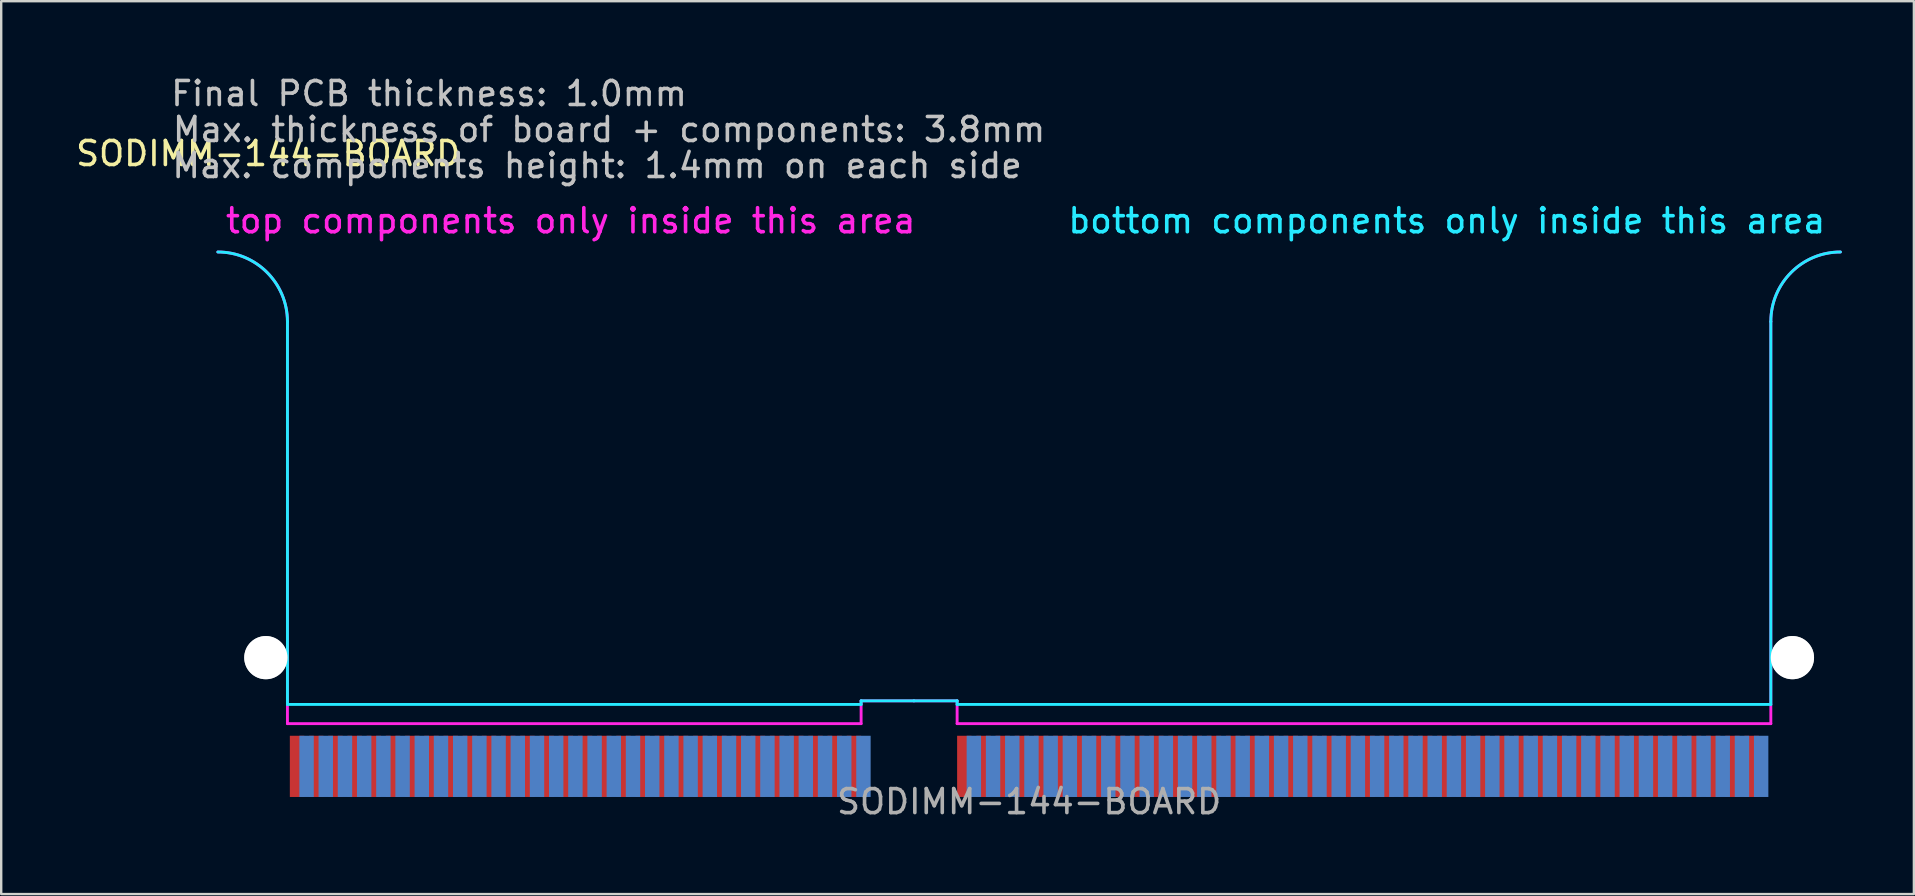
<source format=kicad_pcb>
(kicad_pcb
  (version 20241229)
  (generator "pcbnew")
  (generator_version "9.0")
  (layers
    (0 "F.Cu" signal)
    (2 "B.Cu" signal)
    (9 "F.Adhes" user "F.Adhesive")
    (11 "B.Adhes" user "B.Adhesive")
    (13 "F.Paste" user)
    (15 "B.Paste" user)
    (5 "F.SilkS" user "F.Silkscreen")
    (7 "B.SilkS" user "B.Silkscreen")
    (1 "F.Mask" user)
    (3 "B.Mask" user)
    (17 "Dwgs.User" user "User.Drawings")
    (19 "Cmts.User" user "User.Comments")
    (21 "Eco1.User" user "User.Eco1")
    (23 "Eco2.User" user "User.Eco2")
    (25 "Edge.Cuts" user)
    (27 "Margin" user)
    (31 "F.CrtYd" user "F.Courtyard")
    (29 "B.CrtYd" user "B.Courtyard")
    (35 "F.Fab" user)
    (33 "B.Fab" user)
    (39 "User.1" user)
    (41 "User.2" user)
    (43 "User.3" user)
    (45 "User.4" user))
  (footprint "SODIMM-144-BOARD"
    (layer "F.Cu")
    (at 39.825 30.348)
    (property "Reference" "SODIMM-144-BOARD" (at -31.7 -27 0) (layer "F.SilkS") (effects (font (size 1 1) (thickness 0.15))))
    (attr exclude_from_pos_files exclude_from_bom)
    (fp_line (start -33.8 -25.4) (end -33.8 -22) (stroke (width 0.12) (type solid)) (layer "Eco2.User"))
    (fp_line (start -33.8 -25.4) (end 33.8 -25.4) (stroke (width 0.12) (type solid)) (layer "Eco2.User"))
    (fp_line (start -33.8 -18) (end -33.8 -12) (stroke (width 0.12) (type solid)) (layer "Eco2.User"))
    (fp_line (start -33.8 -8) (end -33.8 0) (stroke (width 0.12) (type solid)) (layer "Eco2.User"))
    (fp_line (start -5.55 -3.25) (end -5.55 0) (stroke (width 0.12) (type solid)) (layer "Eco2.User"))
    (fp_line (start -5.55 0) (end -33.8 0) (stroke (width 0.12) (type solid)) (layer "Eco2.User"))
    (fp_line (start -4.05 -3.25) (end -4.05 0) (stroke (width 0.12) (type solid)) (layer "Eco2.User"))
    (fp_line (start -4.05 0) (end 33.8 0) (stroke (width 0.12) (type solid)) (layer "Eco2.User"))
    (fp_line (start 33.8 -22) (end 33.8 -25.4) (stroke (width 0.12) (type solid)) (layer "Eco2.User"))
    (fp_line (start 33.8 -18) (end 33.8 -12) (stroke (width 0.12) (type solid)) (layer "Eco2.User"))
    (fp_line (start 33.8 -8) (end 33.8 0) (stroke (width 0.12) (type solid)) (layer "Eco2.User"))
    (fp_arc (start -33.8 -22) (mid -31.8 -20) (end -33.8 -18) (stroke (width 0.12) (type solid)) (layer "Eco2.User"))
    (fp_arc (start -33.8 -12) (mid -31.8 -10) (end -33.8 -8) (stroke (width 0.12) (type solid)) (layer "Eco2.User"))
    (fp_arc (start -5.55 -3.25) (mid -4.8 -4) (end -4.05 -3.25) (stroke (width 0.12) (type solid)) (layer "Eco2.User"))
    (fp_arc (start 33.8 -18) (mid 31.8 -20) (end 33.8 -22) (stroke (width 0.12) (type solid)) (layer "Eco2.User"))
    (fp_arc (start 33.8 -8) (mid 31.8 -10) (end 33.8 -12) (stroke (width 0.12) (type solid)) (layer "Eco2.User"))
    (fp_line (start -30.9 -4.05) (end -30.9 -20) (stroke (width 0.12) (type solid)) (layer "B.CrtYd"))
    (fp_line (start -7 -4.2) (end -7 -4.05) (stroke (width 0.12) (type solid)) (layer "B.CrtYd"))
    (fp_line (start -7 -4.05) (end -30.9 -4.05) (stroke (width 0.12) (type solid)) (layer "B.CrtYd"))
    (fp_line (start -4.8 -4.2) (end -7 -4.2) (stroke (width 0.12) (type solid)) (layer "B.CrtYd"))
    (fp_line (start -4.8 -4.2) (end -3 -4.2) (stroke (width 0.12) (type solid)) (layer "B.CrtYd"))
    (fp_line (start -3 -4.2) (end -3 -4.05) (stroke (width 0.12) (type solid)) (layer "B.CrtYd"))
    (fp_line (start 30.9 -20) (end 30.9 -4.05) (stroke (width 0.12) (type solid)) (layer "B.CrtYd"))
    (fp_line (start 30.9 -4.05) (end -3 -4.05) (stroke (width 0.12) (type solid)) (layer "B.CrtYd"))
    (fp_arc (start -33.8 -22.9) (mid -31.74939 -22.05061) (end -30.9 -20) (stroke (width 0.12) (type solid)) (layer "B.CrtYd"))
    (fp_arc (start 30.9 -20) (mid 31.74939 -22.05061) (end 33.8 -22.9) (stroke (width 0.12) (type solid)) (layer "B.CrtYd"))
    (fp_line (start -30.9 -3.25) (end -30.9 -20) (stroke (width 0.12) (type solid)) (layer "F.CrtYd"))
    (fp_line (start -7 -4.2) (end -7 -3.25) (stroke (width 0.12) (type solid)) (layer "F.CrtYd"))
    (fp_line (start -7 -3.25) (end -30.9 -3.25) (stroke (width 0.12) (type solid)) (layer "F.CrtYd"))
    (fp_line (start -4.8 -4.2) (end -7 -4.2) (stroke (width 0.12) (type solid)) (layer "F.CrtYd"))
    (fp_line (start -4.8 -4.2) (end -3 -4.2) (stroke (width 0.12) (type solid)) (layer "F.CrtYd"))
    (fp_line (start -3 -4.2) (end -3 -3.25) (stroke (width 0.12) (type solid)) (layer "F.CrtYd"))
    (fp_line (start 30.9 -20) (end 30.9 -3.25) (stroke (width 0.12) (type solid)) (layer "F.CrtYd"))
    (fp_line (start 30.9 -3.25) (end -3 -3.25) (stroke (width 0.12) (type solid)) (layer "F.CrtYd"))
    (fp_arc (start -33.8 -22.9) (mid -31.74939 -22.05061) (end -30.9 -20) (stroke (width 0.12) (type solid)) (layer "F.CrtYd"))
    (fp_arc (start 30.9 -20) (mid 31.74939 -22.05061) (end 33.8 -22.9) (stroke (width 0.12) (type solid)) (layer "F.CrtYd"))
    (fp_text user "Max. components height: 1.4mm on each side" (at -18 -26.5 0) (layer "Dwgs.User") (effects (font (size 1 1) (thickness 0.15))))
    (fp_text user "Max. thickness of board + components: 3.8mm" (at -17.5 -28 0) (layer "Dwgs.User") (effects (font (size 1 1) (thickness 0.15))))
    (fp_text user "Final PCB thickness: 1.0mm" (at -25 -29.5 0) (layer "Dwgs.User") (effects (font (size 1 1) (thickness 0.15))))
    (fp_text user "bottom components only inside this area" (at 17.4 -24.2 0) (layer "B.CrtYd") (effects (font (size 1 1) (thickness 0.15))))
    (fp_text user "top components only inside this area" (at -19.1 -24.2 0) (layer "F.CrtYd") (effects (font (size 1 1) (thickness 0.15))))
    (fp_text user "${REFERENCE}" (at 0 0 0) (layer "F.Fab") (effects (font (size 1 1) (thickness 0.15))))
    (pad "" np_thru_hole circle (at -31.8 -6) (size 1.8 1.8) (drill 1.8) (layers "*.Cu" "*.Mask" "Dwgs.User"))
    (pad "" np_thru_hole circle (at 31.8 -6) (size 1.8 1.8) (drill 1.8) (layers "*.Cu" "*.Mask" "Dwgs.User"))
    (pad "1" connect rect (at -30.5 -1.47) (size 0.6 2.55) (layers "F.Cu" "F.Mask"))
    (pad "2" connect rect (at -30.103 -1.47) (size 0.6 2.55) (layers "B.Cu" "B.Mask"))
    (pad "3" connect rect (at -29.7 -1.47) (size 0.6 2.55) (layers "F.Cu" "F.Mask"))
    (pad "4" connect rect (at -29.303 -1.47) (size 0.6 2.55) (layers "B.Cu" "B.Mask"))
    (pad "5" connect rect (at -28.9 -1.47) (size 0.6 2.55) (layers "F.Cu" "F.Mask"))
    (pad "6" connect rect (at -28.503 -1.47) (size 0.6 2.55) (layers "B.Cu" "B.Mask"))
    (pad "7" connect rect (at -28.1 -1.47) (size 0.6 2.55) (layers "F.Cu" "F.Mask"))
    (pad "8" connect rect (at -27.703 -1.47) (size 0.6 2.55) (layers "B.Cu" "B.Mask"))
    (pad "9" connect rect (at -27.3 -1.47) (size 0.6 2.55) (layers "F.Cu" "F.Mask"))
    (pad "10" connect rect (at -26.903 -1.47) (size 0.6 2.55) (layers "B.Cu" "B.Mask"))
    (pad "11" connect rect (at -26.5 -1.47) (size 0.6 2.55) (layers "F.Cu" "F.Mask"))
    (pad "12" connect rect (at -26.103 -1.47) (size 0.6 2.55) (layers "B.Cu" "B.Mask"))
    (pad "13" connect rect (at -25.7 -1.47) (size 0.6 2.55) (layers "F.Cu" "F.Mask"))
    (pad "14" connect rect (at -25.303 -1.47) (size 0.6 2.55) (layers "B.Cu" "B.Mask"))
    (pad "15" connect rect (at -24.9 -1.47) (size 0.6 2.55) (layers "F.Cu" "F.Mask"))
    (pad "16" connect rect (at -24.503 -1.47) (size 0.6 2.55) (layers "B.Cu" "B.Mask"))
    (pad "17" connect rect (at -24.1 -1.47) (size 0.6 2.55) (layers "F.Cu" "F.Mask"))
    (pad "18" connect rect (at -23.703 -1.47) (size 0.6 2.55) (layers "B.Cu" "B.Mask"))
    (pad "19" connect rect (at -23.3 -1.47) (size 0.6 2.55) (layers "F.Cu" "F.Mask"))
    (pad "20" connect rect (at -22.903 -1.47) (size 0.6 2.55) (layers "B.Cu" "B.Mask"))
    (pad "21" connect rect (at -22.5 -1.47) (size 0.6 2.55) (layers "F.Cu" "F.Mask"))
    (pad "22" connect rect (at -22.103 -1.47) (size 0.6 2.55) (layers "B.Cu" "B.Mask"))
    (pad "23" connect rect (at -21.7 -1.47) (size 0.6 2.55) (layers "F.Cu" "F.Mask"))
    (pad "24" connect rect (at -21.303 -1.47) (size 0.6 2.55) (layers "B.Cu" "B.Mask"))
    (pad "25" connect rect (at -20.9 -1.47) (size 0.6 2.55) (layers "F.Cu" "F.Mask"))
    (pad "26" connect rect (at -20.503 -1.47) (size 0.6 2.55) (layers "B.Cu" "B.Mask"))
    (pad "27" connect rect (at -20.1 -1.47) (size 0.6 2.55) (layers "F.Cu" "F.Mask"))
    (pad "28" connect rect (at -19.703 -1.47) (size 0.6 2.55) (layers "B.Cu" "B.Mask"))
    (pad "29" connect rect (at -19.3 -1.47) (size 0.6 2.55) (layers "F.Cu" "F.Mask"))
    (pad "30" connect rect (at -18.903 -1.47) (size 0.6 2.55) (layers "B.Cu" "B.Mask"))
    (pad "31" connect rect (at -18.5 -1.47) (size 0.6 2.55) (layers "F.Cu" "F.Mask"))
    (pad "32" connect rect (at -18.103 -1.47) (size 0.6 2.55) (layers "B.Cu" "B.Mask"))
    (pad "33" connect rect (at -17.7 -1.47) (size 0.6 2.55) (layers "F.Cu" "F.Mask"))
    (pad "34" connect rect (at -17.303 -1.47) (size 0.6 2.55) (layers "B.Cu" "B.Mask"))
    (pad "35" connect rect (at -16.9 -1.47) (size 0.6 2.55) (layers "F.Cu" "F.Mask"))
    (pad "36" connect rect (at -16.503 -1.47) (size 0.6 2.55) (layers "B.Cu" "B.Mask"))
    (pad "37" connect rect (at -16.1 -1.47) (size 0.6 2.55) (layers "F.Cu" "F.Mask"))
    (pad "38" connect rect (at -15.703 -1.47) (size 0.6 2.55) (layers "B.Cu" "B.Mask"))
    (pad "39" connect rect (at -15.3 -1.47) (size 0.6 2.55) (layers "F.Cu" "F.Mask"))
    (pad "40" connect rect (at -14.903 -1.47) (size 0.6 2.55) (layers "B.Cu" "B.Mask"))
    (pad "41" connect rect (at -14.5 -1.47) (size 0.6 2.55) (layers "F.Cu" "F.Mask"))
    (pad "42" connect rect (at -14.103 -1.47) (size 0.6 2.55) (layers "B.Cu" "B.Mask"))
    (pad "43" connect rect (at -13.7 -1.47) (size 0.6 2.55) (layers "F.Cu" "F.Mask"))
    (pad "44" connect rect (at -13.303 -1.47) (size 0.6 2.55) (layers "B.Cu" "B.Mask"))
    (pad "45" connect rect (at -12.9 -1.47) (size 0.6 2.55) (layers "F.Cu" "F.Mask"))
    (pad "46" connect rect (at -12.503 -1.47) (size 0.6 2.55) (layers "B.Cu" "B.Mask"))
    (pad "47" connect rect (at -12.1 -1.47) (size 0.6 2.55) (layers "F.Cu" "F.Mask"))
    (pad "48" connect rect (at -11.703 -1.47) (size 0.6 2.55) (layers "B.Cu" "B.Mask"))
    (pad "49" connect rect (at -11.3 -1.47) (size 0.6 2.55) (layers "F.Cu" "F.Mask"))
    (pad "50" connect rect (at -10.903 -1.47) (size 0.6 2.55) (layers "B.Cu" "B.Mask"))
    (pad "51" connect rect (at -10.5 -1.47) (size 0.6 2.55) (layers "F.Cu" "F.Mask"))
    (pad "52" connect rect (at -10.103 -1.47) (size 0.6 2.55) (layers "B.Cu" "B.Mask"))
    (pad "53" connect rect (at -9.7 -1.47) (size 0.6 2.55) (layers "F.Cu" "F.Mask"))
    (pad "54" connect rect (at -9.303 -1.47) (size 0.6 2.55) (layers "B.Cu" "B.Mask"))
    (pad "55" connect rect (at -8.9 -1.47) (size 0.6 2.55) (layers "F.Cu" "F.Mask"))
    (pad "56" connect rect (at -8.503 -1.47) (size 0.6 2.55) (layers "B.Cu" "B.Mask"))
    (pad "57" connect rect (at -8.1 -1.47) (size 0.6 2.55) (layers "F.Cu" "F.Mask"))
    (pad "58" connect rect (at -7.703 -1.47) (size 0.6 2.55) (layers "B.Cu" "B.Mask"))
    (pad "59" connect rect (at -7.3 -1.47) (size 0.6 2.55) (layers "F.Cu" "F.Mask"))
    (pad "60" connect rect (at -6.903 -1.47) (size 0.6 2.55) (layers "B.Cu" "B.Mask"))
    (pad "61" connect rect (at -2.7 -1.47) (size 0.6 2.55) (layers "F.Cu" "F.Mask"))
    (pad "62" connect rect (at -2.303 -1.47) (size 0.6 2.55) (layers "B.Cu" "B.Mask"))
    (pad "63" connect rect (at -1.9 -1.47) (size 0.6 2.55) (layers "F.Cu" "F.Mask"))
    (pad "64" connect rect (at -1.503 -1.47) (size 0.6 2.55) (layers "B.Cu" "B.Mask"))
    (pad "65" connect rect (at -1.1 -1.47) (size 0.6 2.55) (layers "F.Cu" "F.Mask"))
    (pad "66" connect rect (at -0.703 -1.47) (size 0.6 2.55) (layers "B.Cu" "B.Mask"))
    (pad "67" connect rect (at -0.3 -1.47) (size 0.6 2.55) (layers "F.Cu" "F.Mask"))
    (pad "68" connect rect (at 0.097 -1.47) (size 0.6 2.55) (layers "B.Cu" "B.Mask"))
    (pad "69" connect rect (at 0.5 -1.47) (size 0.6 2.55) (layers "F.Cu" "F.Mask"))
    (pad "70" connect rect (at 0.897 -1.47) (size 0.6 2.55) (layers "B.Cu" "B.Mask"))
    (pad "71" connect rect (at 1.3 -1.47) (size 0.6 2.55) (layers "F.Cu" "F.Mask"))
    (pad "72" connect rect (at 1.697 -1.47) (size 0.6 2.55) (layers "B.Cu" "B.Mask"))
    (pad "73" connect rect (at 2.1 -1.47) (size 0.6 2.55) (layers "F.Cu" "F.Mask"))
    (pad "74" connect rect (at 2.497 -1.47) (size 0.6 2.55) (layers "B.Cu" "B.Mask"))
    (pad "75" connect rect (at 2.9 -1.47) (size 0.6 2.55) (layers "F.Cu" "F.Mask"))
    (pad "76" connect rect (at 3.297 -1.47) (size 0.6 2.55) (layers "B.Cu" "B.Mask"))
    (pad "77" connect rect (at 3.7 -1.47) (size 0.6 2.55) (layers "F.Cu" "F.Mask"))
    (pad "78" connect rect (at 4.097 -1.47) (size 0.6 2.55) (layers "B.Cu" "B.Mask"))
    (pad "79" connect rect (at 4.5 -1.47) (size 0.6 2.55) (layers "F.Cu" "F.Mask"))
    (pad "80" connect rect (at 4.897 -1.47) (size 0.6 2.55) (layers "B.Cu" "B.Mask"))
    (pad "81" connect rect (at 5.3 -1.47) (size 0.6 2.55) (layers "F.Cu" "F.Mask"))
    (pad "82" connect rect (at 5.697 -1.47) (size 0.6 2.55) (layers "B.Cu" "B.Mask"))
    (pad "83" connect rect (at 6.1 -1.47) (size 0.6 2.55) (layers "F.Cu" "F.Mask"))
    (pad "84" connect rect (at 6.497 -1.47) (size 0.6 2.55) (layers "B.Cu" "B.Mask"))
    (pad "85" connect rect (at 6.9 -1.47) (size 0.6 2.55) (layers "F.Cu" "F.Mask"))
    (pad "86" connect rect (at 7.297 -1.47) (size 0.6 2.55) (layers "B.Cu" "B.Mask"))
    (pad "87" connect rect (at 7.7 -1.47) (size 0.6 2.55) (layers "F.Cu" "F.Mask"))
    (pad "88" connect rect (at 8.097 -1.47) (size 0.6 2.55) (layers "B.Cu" "B.Mask"))
    (pad "89" connect rect (at 8.5 -1.47) (size 0.6 2.55) (layers "F.Cu" "F.Mask"))
    (pad "90" connect rect (at 8.897 -1.47) (size 0.6 2.55) (layers "B.Cu" "B.Mask"))
    (pad "91" connect rect (at 9.3 -1.47) (size 0.6 2.55) (layers "F.Cu" "F.Mask"))
    (pad "92" connect rect (at 9.697 -1.47) (size 0.6 2.55) (layers "B.Cu" "B.Mask"))
    (pad "93" connect rect (at 10.1 -1.47) (size 0.6 2.55) (layers "F.Cu" "F.Mask"))
    (pad "94" connect rect (at 10.497 -1.47) (size 0.6 2.55) (layers "B.Cu" "B.Mask"))
    (pad "95" connect rect (at 10.9 -1.47) (size 0.6 2.55) (layers "F.Cu" "F.Mask"))
    (pad "96" connect rect (at 11.297 -1.47) (size 0.6 2.55) (layers "B.Cu" "B.Mask"))
    (pad "97" connect rect (at 11.7 -1.47) (size 0.6 2.55) (layers "F.Cu" "F.Mask"))
    (pad "98" connect rect (at 12.097 -1.47) (size 0.6 2.55) (layers "B.Cu" "B.Mask"))
    (pad "99" connect rect (at 12.5 -1.47) (size 0.6 2.55) (layers "F.Cu" "F.Mask"))
    (pad "100" connect rect (at 12.897 -1.47) (size 0.6 2.55) (layers "B.Cu" "B.Mask"))
    (pad "101" connect rect (at 13.3 -1.47) (size 0.6 2.55) (layers "F.Cu" "F.Mask"))
    (pad "102" connect rect (at 13.697 -1.47) (size 0.6 2.55) (layers "B.Cu" "B.Mask"))
    (pad "103" connect rect (at 14.1 -1.47) (size 0.6 2.55) (layers "F.Cu" "F.Mask"))
    (pad "104" connect rect (at 14.497 -1.47) (size 0.6 2.55) (layers "B.Cu" "B.Mask"))
    (pad "105" connect rect (at 14.9 -1.47) (size 0.6 2.55) (layers "F.Cu" "F.Mask"))
    (pad "106" connect rect (at 15.297 -1.47) (size 0.6 2.55) (layers "B.Cu" "B.Mask"))
    (pad "107" connect rect (at 15.7 -1.47) (size 0.6 2.55) (layers "F.Cu" "F.Mask"))
    (pad "108" connect rect (at 16.097 -1.47) (size 0.6 2.55) (layers "B.Cu" "B.Mask"))
    (pad "109" connect rect (at 16.5 -1.47) (size 0.6 2.55) (layers "F.Cu" "F.Mask"))
    (pad "110" connect rect (at 16.897 -1.47) (size 0.6 2.55) (layers "B.Cu" "B.Mask"))
    (pad "111" connect rect (at 17.3 -1.47) (size 0.6 2.55) (layers "F.Cu" "F.Mask"))
    (pad "112" connect rect (at 17.697 -1.47) (size 0.6 2.55) (layers "B.Cu" "B.Mask"))
    (pad "113" connect rect (at 18.1 -1.47) (size 0.6 2.55) (layers "F.Cu" "F.Mask"))
    (pad "114" connect rect (at 18.497 -1.47) (size 0.6 2.55) (layers "B.Cu" "B.Mask"))
    (pad "115" connect rect (at 18.9 -1.47) (size 0.6 2.55) (layers "F.Cu" "F.Mask"))
    (pad "116" connect rect (at 19.297 -1.47) (size 0.6 2.55) (layers "B.Cu" "B.Mask"))
    (pad "117" connect rect (at 19.7 -1.47) (size 0.6 2.55) (layers "F.Cu" "F.Mask"))
    (pad "118" connect rect (at 20.097 -1.47) (size 0.6 2.55) (layers "B.Cu" "B.Mask"))
    (pad "119" connect rect (at 20.5 -1.47) (size 0.6 2.55) (layers "F.Cu" "F.Mask"))
    (pad "120" connect rect (at 20.897 -1.47) (size 0.6 2.55) (layers "B.Cu" "B.Mask"))
    (pad "121" connect rect (at 21.3 -1.47) (size 0.6 2.55) (layers "F.Cu" "F.Mask"))
    (pad "122" connect rect (at 21.697 -1.47) (size 0.6 2.55) (layers "B.Cu" "B.Mask"))
    (pad "123" connect rect (at 22.1 -1.47) (size 0.6 2.55) (layers "F.Cu" "F.Mask"))
    (pad "124" connect rect (at 22.497 -1.47) (size 0.6 2.55) (layers "B.Cu" "B.Mask"))
    (pad "125" connect rect (at 22.9 -1.47) (size 0.6 2.55) (layers "F.Cu" "F.Mask"))
    (pad "126" connect rect (at 23.297 -1.47) (size 0.6 2.55) (layers "B.Cu" "B.Mask"))
    (pad "127" connect rect (at 23.7 -1.47) (size 0.6 2.55) (layers "F.Cu" "F.Mask"))
    (pad "128" connect rect (at 24.097 -1.47) (size 0.6 2.55) (layers "B.Cu" "B.Mask"))
    (pad "129" connect rect (at 24.5 -1.47) (size 0.6 2.55) (layers "F.Cu" "F.Mask"))
    (pad "130" connect rect (at 24.897 -1.47) (size 0.6 2.55) (layers "B.Cu" "B.Mask"))
    (pad "131" connect rect (at 25.3 -1.47) (size 0.6 2.55) (layers "F.Cu" "F.Mask"))
    (pad "132" connect rect (at 25.697 -1.47) (size 0.6 2.55) (layers "B.Cu" "B.Mask"))
    (pad "133" connect rect (at 26.1 -1.47) (size 0.6 2.55) (layers "F.Cu" "F.Mask"))
    (pad "134" connect rect (at 26.497 -1.47) (size 0.6 2.55) (layers "B.Cu" "B.Mask"))
    (pad "135" connect rect (at 26.9 -1.47) (size 0.6 2.55) (layers "F.Cu" "F.Mask"))
    (pad "136" connect rect (at 27.297 -1.47) (size 0.6 2.55) (layers "B.Cu" "B.Mask"))
    (pad "137" connect rect (at 27.7 -1.47) (size 0.6 2.55) (layers "F.Cu" "F.Mask"))
    (pad "138" connect rect (at 28.097 -1.47) (size 0.6 2.55) (layers "B.Cu" "B.Mask"))
    (pad "139" connect rect (at 28.5 -1.47) (size 0.6 2.55) (layers "F.Cu" "F.Mask"))
    (pad "140" connect rect (at 28.897 -1.47) (size 0.6 2.55) (layers "B.Cu" "B.Mask"))
    (pad "141" connect rect (at 29.3 -1.47) (size 0.6 2.55) (layers "F.Cu" "F.Mask"))
    (pad "142" connect rect (at 29.697 -1.47) (size 0.6 2.55) (layers "B.Cu" "B.Mask"))
    (pad "143" connect rect (at 30.1 -1.47) (size 0.6 2.55) (layers "F.Cu" "F.Mask"))
    (pad "144" connect rect (at 30.497 -1.47) (size 0.6 2.55) (layers "B.Cu" "B.Mask")))
  (gr_rect
    (start -3 -3)
    (end 76.685 34.197)
    (stroke (width 0.1) (type default))
    (fill no)
    (layer "Edge.Cuts")))
</source>
